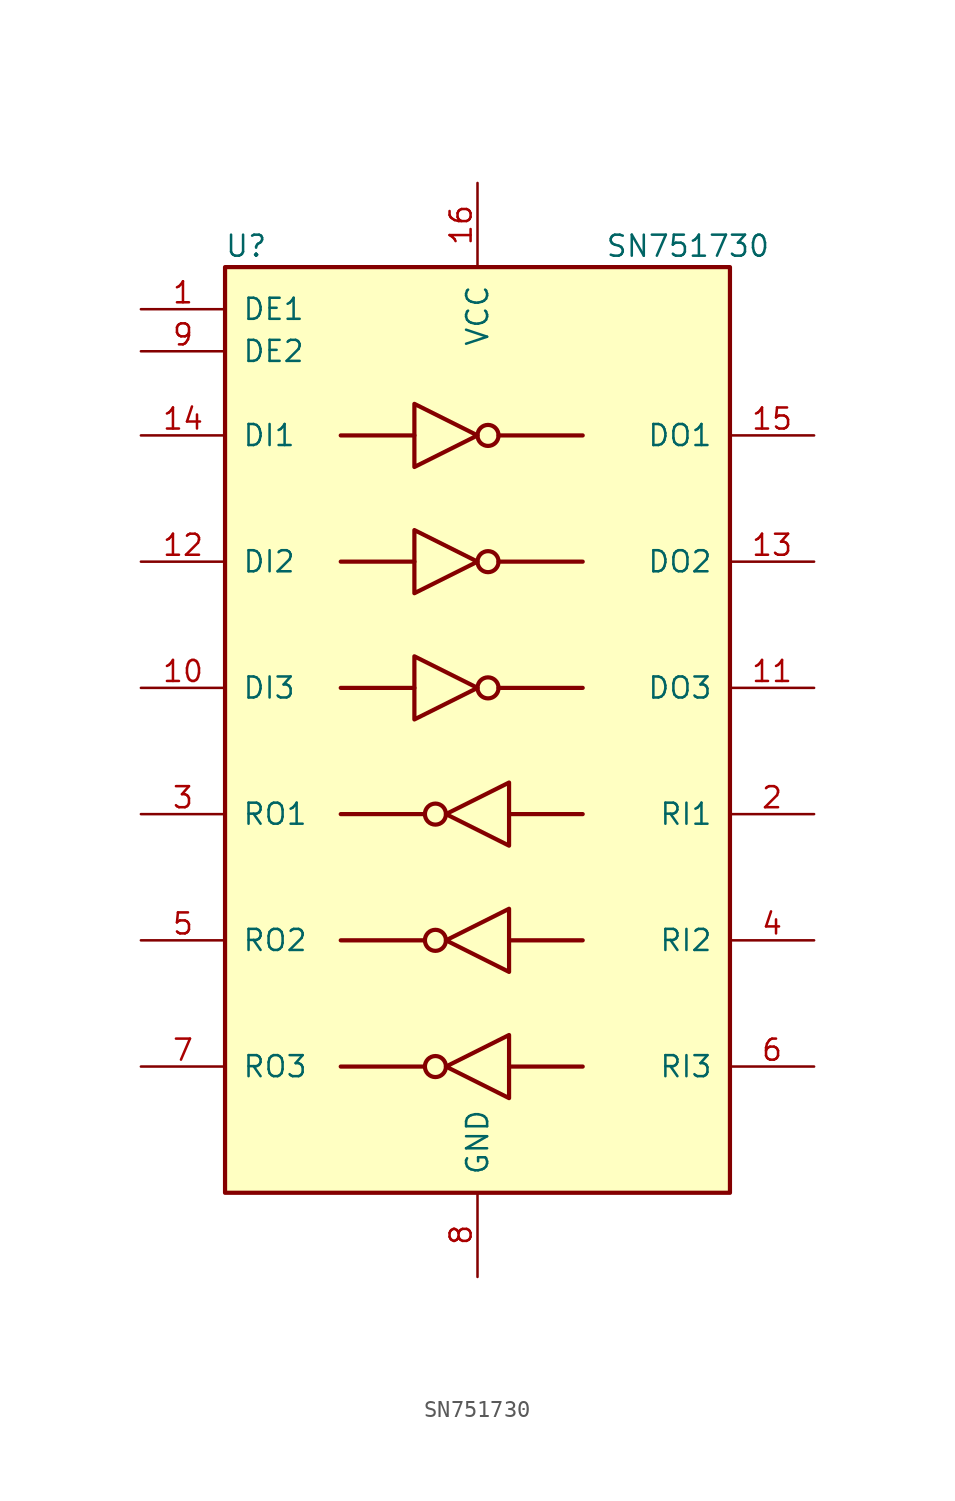
<source format=kicad_sym>
(kicad_symbol_lib
  (version 20220914)
  (generator kicad_symbol_editor)
  (symbol "SN751730"
    (pin_names
      (offset 1.016))
    (property "Reference" "U"
      (at -13.97 30.48 0)
      (effects (font (size 1.27 1.27))))
    (property "Value" "SN751730"
      (at 12.7 30.48 0)
      (effects (font (size 1.27 1.27))))
    (symbol "SN751730_0_1"
      (rectangle (start -15.24 29.21) (end 15.24 -26.67) (stroke (width 0.254) (type default)) (fill (type background)))
      (circle (center -2.54 -19.05) (radius 0.635) (stroke (width 0.254) (type default)) (fill (type none)))
      (circle (center -2.54 -11.43) (radius 0.635) (stroke (width 0.254) (type default)) (fill (type none)))
      (circle (center -2.54 -3.81) (radius 0.635) (stroke (width 0.254) (type default)) (fill (type none)))
      (polyline (pts (xy -3.81 3.81) (xy -8.255 3.81)) (stroke (width 0.254) (type default)) (fill (type none)))
      (polyline (pts (xy -3.81 11.43) (xy -8.255 11.43)) (stroke (width 0.254) (type default)) (fill (type none)))
      (polyline (pts (xy -3.81 19.05) (xy -8.255 19.05)) (stroke (width 0.254) (type default)) (fill (type none)))
      (polyline (pts (xy -3.175 -19.05) (xy -8.255 -19.05)) (stroke (width 0.254) (type default)) (fill (type none)))
      (polyline (pts (xy -3.175 -11.43) (xy -8.255 -11.43)) (stroke (width 0.254) (type default)) (fill (type none)))
      (polyline (pts (xy -3.175 -3.81) (xy -8.255 -3.81)) (stroke (width 0.254) (type default)) (fill (type none)))
      (polyline (pts (xy 1.27 3.81) (xy 6.35 3.81)) (stroke (width 0.254) (type default)) (fill (type none)))
      (polyline (pts (xy 1.27 11.43) (xy 6.35 11.43)) (stroke (width 0.254) (type default)) (fill (type none)))
      (polyline (pts (xy 1.27 19.05) (xy 6.35 19.05)) (stroke (width 0.254) (type default)) (fill (type none)))
      (polyline (pts (xy 1.905 -19.05) (xy 6.35 -19.05)) (stroke (width 0.254) (type default)) (fill (type none)))
      (polyline (pts (xy 1.905 -11.43) (xy 6.35 -11.43)) (stroke (width 0.254) (type default)) (fill (type none)))
      (polyline (pts (xy 1.905 -3.81) (xy 6.35 -3.81)) (stroke (width 0.254) (type default)) (fill (type none)))
      (polyline (pts (xy -3.81 5.715) (xy -3.81 1.905) (xy 0 3.81) (xy -3.81 5.715)) (stroke (width 0.254) (type default)) (fill (type none)))
      (polyline (pts (xy -3.81 13.335) (xy -3.81 9.525) (xy 0 11.43) (xy -3.81 13.335)) (stroke (width 0.254) (type default)) (fill (type none)))
      (polyline (pts (xy -3.81 20.955) (xy -3.81 17.145) (xy 0 19.05) (xy -3.81 20.955)) (stroke (width 0.254) (type default)) (fill (type none)))
      (polyline (pts (xy 1.905 -17.145) (xy 1.905 -20.955) (xy -1.905 -19.05) (xy 1.905 -17.145)) (stroke (width 0.254) (type default)) (fill (type none)))
      (polyline (pts (xy 1.905 -9.525) (xy 1.905 -13.335) (xy -1.905 -11.43) (xy 1.905 -9.525)) (stroke (width 0.254) (type default)) (fill (type none)))
      (polyline (pts (xy 1.905 -1.905) (xy 1.905 -5.715) (xy -1.905 -3.81) (xy 1.905 -1.905)) (stroke (width 0.254) (type default)) (fill (type none)))
      (circle (center 0.635 3.81) (radius 0.635) (stroke (width 0.254) (type default)) (fill (type none)))
      (circle (center 0.635 11.43) (radius 0.635) (stroke (width 0.254) (type default)) (fill (type none)))
      (circle (center 0.635 19.05) (radius 0.635) (stroke (width 0.254) (type default)) (fill (type none))))
    (symbol "SN751730_1_1"
      (pin input line (at -20.32 26.67 0) (length 5.08) (name "DE1" (effects (font (size 1.27 1.27)))) (number "1" (effects (font (size 1.27 1.27)))))
      (pin input line (at -20.32 3.81 0) (length 5.08) (name "DI3" (effects (font (size 1.27 1.27)))) (number "10" (effects (font (size 1.27 1.27)))))
      (pin output line (at 20.32 3.81 180) (length 5.08) (name "DO3" (effects (font (size 1.27 1.27)))) (number "11" (effects (font (size 1.27 1.27)))))
      (pin input line (at -20.32 11.43 0) (length 5.08) (name "DI2" (effects (font (size 1.27 1.27)))) (number "12" (effects (font (size 1.27 1.27)))))
      (pin output line (at 20.32 11.43 180) (length 5.08) (name "DO2" (effects (font (size 1.27 1.27)))) (number "13" (effects (font (size 1.27 1.27)))))
      (pin input line (at -20.32 19.05 0) (length 5.08) (name "DI1" (effects (font (size 1.27 1.27)))) (number "14" (effects (font (size 1.27 1.27)))))
      (pin output line (at 20.32 19.05 180) (length 5.08) (name "DO1" (effects (font (size 1.27 1.27)))) (number "15" (effects (font (size 1.27 1.27)))))
      (pin power_in line (at 0 34.29 270) (length 5.08) (name "VCC" (effects (font (size 1.27 1.27)))) (number "16" (effects (font (size 1.27 1.27)))))
      (pin input line (at 20.32 -3.81 180) (length 5.08) (name "RI1" (effects (font (size 1.27 1.27)))) (number "2" (effects (font (size 1.27 1.27)))))
      (pin output line (at -20.32 -3.81 0) (length 5.08) (name "RO1" (effects (font (size 1.27 1.27)))) (number "3" (effects (font (size 1.27 1.27)))))
      (pin input line (at 20.32 -11.43 180) (length 5.08) (name "RI2" (effects (font (size 1.27 1.27)))) (number "4" (effects (font (size 1.27 1.27)))))
      (pin output line (at -20.32 -11.43 0) (length 5.08) (name "RO2" (effects (font (size 1.27 1.27)))) (number "5" (effects (font (size 1.27 1.27)))))
      (pin input line (at 20.32 -19.05 180) (length 5.08) (name "RI3" (effects (font (size 1.27 1.27)))) (number "6" (effects (font (size 1.27 1.27)))))
      (pin output line (at -20.32 -19.05 0) (length 5.08) (name "RO3" (effects (font (size 1.27 1.27)))) (number "7" (effects (font (size 1.27 1.27)))))
      (pin power_in line (at 0 -31.75 90) (length 5.08) (name "GND" (effects (font (size 1.27 1.27)))) (number "8" (effects (font (size 1.27 1.27)))))
      (pin input line (at -20.32 24.13 0) (length 5.08) (name "DE2" (effects (font (size 1.27 1.27)))) (number "9" (effects (font (size 1.27 1.27))))))))
</source>
